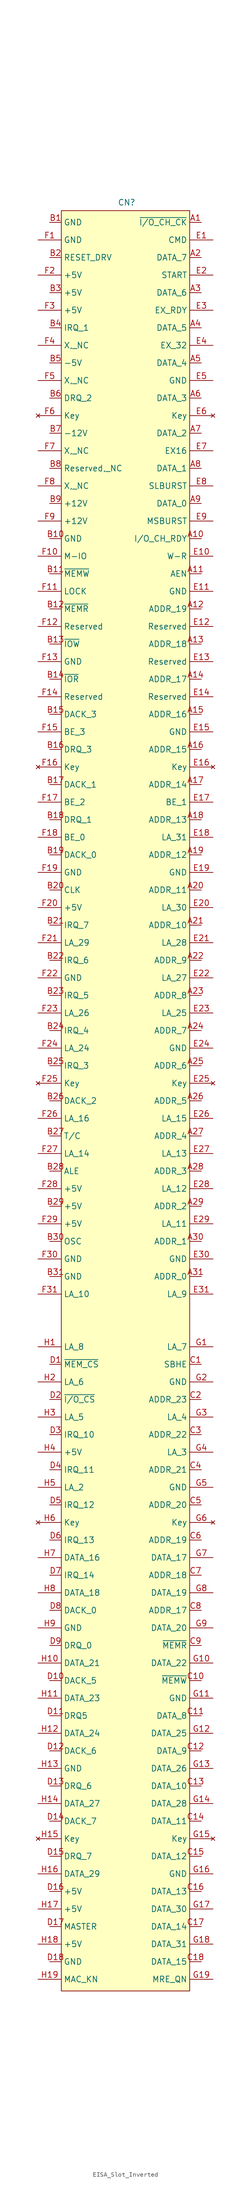
<source format=kicad_sym>
(kicad_symbol_lib
  (version 20231120)
  (generator "kicad_symbol_editor")
  (generator_version "8.0")
  (symbol "EISA_Slot_Inverted"
    (property "Reference" "CN"
      (at 14.224 1.778 0)
      (effects (font (size 1.27 1.27))))
    (property "Value" ""
      (at 15.24 0 0)
      (effects (font (size 1.27 1.27))))
    (symbol "EISA_Slot_Inverted_1_1"
      (rectangle (start 0 0) (end 27.94 -386.08) (stroke (width 0) (type default)) (fill (type background)))
      (pin bidirectional line (at 30.48 -2.54 180) (length 2.54) (name "~{I/O_CH_CK}" (effects (font (size 1.27 1.27)))) (number "A1" (effects (font (size 1.27 1.27)))))
      (pin bidirectional line (at 30.48 -71.12 180) (length 2.54) (name "I/O_CH_RDY" (effects (font (size 1.27 1.27)))) (number "A10" (effects (font (size 1.27 1.27)))))
      (pin bidirectional line (at 30.48 -78.74 180) (length 2.54) (name "AEN" (effects (font (size 1.27 1.27)))) (number "A11" (effects (font (size 1.27 1.27)))))
      (pin bidirectional line (at 30.48 -86.36 180) (length 2.54) (name "ADDR_19" (effects (font (size 1.27 1.27)))) (number "A12" (effects (font (size 1.27 1.27)))))
      (pin bidirectional line (at 30.48 -93.98 180) (length 2.54) (name "ADDR_18" (effects (font (size 1.27 1.27)))) (number "A13" (effects (font (size 1.27 1.27)))))
      (pin bidirectional line (at 30.48 -101.6 180) (length 2.54) (name "ADDR_17" (effects (font (size 1.27 1.27)))) (number "A14" (effects (font (size 1.27 1.27)))))
      (pin bidirectional line (at 30.48 -109.22 180) (length 2.54) (name "ADDR_16" (effects (font (size 1.27 1.27)))) (number "A15" (effects (font (size 1.27 1.27)))))
      (pin bidirectional line (at 30.48 -116.84 180) (length 2.54) (name "ADDR_15" (effects (font (size 1.27 1.27)))) (number "A16" (effects (font (size 1.27 1.27)))))
      (pin bidirectional line (at 30.48 -124.46 180) (length 2.54) (name "ADDR_14" (effects (font (size 1.27 1.27)))) (number "A17" (effects (font (size 1.27 1.27)))))
      (pin bidirectional line (at 30.48 -132.08 180) (length 2.54) (name "ADDR_13" (effects (font (size 1.27 1.27)))) (number "A18" (effects (font (size 1.27 1.27)))))
      (pin bidirectional line (at 30.48 -139.7 180) (length 2.54) (name "ADDR_12" (effects (font (size 1.27 1.27)))) (number "A19" (effects (font (size 1.27 1.27)))))
      (pin bidirectional line (at 30.48 -10.16 180) (length 2.54) (name "DATA_7" (effects (font (size 1.27 1.27)))) (number "A2" (effects (font (size 1.27 1.27)))))
      (pin bidirectional line (at 30.48 -147.32 180) (length 2.54) (name "ADDR_11" (effects (font (size 1.27 1.27)))) (number "A20" (effects (font (size 1.27 1.27)))))
      (pin bidirectional line (at 30.48 -154.94 180) (length 2.54) (name "ADDR_10" (effects (font (size 1.27 1.27)))) (number "A21" (effects (font (size 1.27 1.27)))))
      (pin bidirectional line (at 30.48 -162.56 180) (length 2.54) (name "ADDR_9" (effects (font (size 1.27 1.27)))) (number "A22" (effects (font (size 1.27 1.27)))))
      (pin bidirectional line (at 30.48 -170.18 180) (length 2.54) (name "ADDR_8" (effects (font (size 1.27 1.27)))) (number "A23" (effects (font (size 1.27 1.27)))))
      (pin bidirectional line (at 30.48 -177.8 180) (length 2.54) (name "ADDR_7" (effects (font (size 1.27 1.27)))) (number "A24" (effects (font (size 1.27 1.27)))))
      (pin bidirectional line (at 30.48 -185.42 180) (length 2.54) (name "ADDR_6" (effects (font (size 1.27 1.27)))) (number "A25" (effects (font (size 1.27 1.27)))))
      (pin bidirectional line (at 30.48 -193.04 180) (length 2.54) (name "ADDR_5" (effects (font (size 1.27 1.27)))) (number "A26" (effects (font (size 1.27 1.27)))))
      (pin bidirectional line (at 30.48 -200.66 180) (length 2.54) (name "ADDR_4" (effects (font (size 1.27 1.27)))) (number "A27" (effects (font (size 1.27 1.27)))))
      (pin bidirectional line (at 30.48 -208.28 180) (length 2.54) (name "ADDR_3" (effects (font (size 1.27 1.27)))) (number "A28" (effects (font (size 1.27 1.27)))))
      (pin bidirectional line (at 30.48 -215.9 180) (length 2.54) (name "ADDR_2" (effects (font (size 1.27 1.27)))) (number "A29" (effects (font (size 1.27 1.27)))))
      (pin bidirectional line (at 30.48 -17.78 180) (length 2.54) (name "DATA_6" (effects (font (size 1.27 1.27)))) (number "A3" (effects (font (size 1.27 1.27)))))
      (pin bidirectional line (at 30.48 -223.52 180) (length 2.54) (name "ADDR_1" (effects (font (size 1.27 1.27)))) (number "A30" (effects (font (size 1.27 1.27)))))
      (pin bidirectional line (at 30.48 -231.14 180) (length 2.54) (name "ADDR_0" (effects (font (size 1.27 1.27)))) (number "A31" (effects (font (size 1.27 1.27)))))
      (pin bidirectional line (at 30.48 -25.4 180) (length 2.54) (name "DATA_5" (effects (font (size 1.27 1.27)))) (number "A4" (effects (font (size 1.27 1.27)))))
      (pin bidirectional line (at 30.48 -33.02 180) (length 2.54) (name "DATA_4" (effects (font (size 1.27 1.27)))) (number "A5" (effects (font (size 1.27 1.27)))))
      (pin bidirectional line (at 30.48 -40.64 180) (length 2.54) (name "DATA_3" (effects (font (size 1.27 1.27)))) (number "A6" (effects (font (size 1.27 1.27)))))
      (pin bidirectional line (at 30.48 -48.26 180) (length 2.54) (name "DATA_2" (effects (font (size 1.27 1.27)))) (number "A7" (effects (font (size 1.27 1.27)))))
      (pin bidirectional line (at 30.48 -55.88 180) (length 2.54) (name "DATA_1" (effects (font (size 1.27 1.27)))) (number "A8" (effects (font (size 1.27 1.27)))))
      (pin bidirectional line (at 30.48 -63.5 180) (length 2.54) (name "DATA_0" (effects (font (size 1.27 1.27)))) (number "A9" (effects (font (size 1.27 1.27)))))
      (pin bidirectional line (at -2.54 -2.54 0) (length 2.54) (name "GND" (effects (font (size 1.27 1.27)))) (number "B1" (effects (font (size 1.27 1.27)))))
      (pin bidirectional line (at -2.54 -71.12 0) (length 2.54) (name "GND" (effects (font (size 1.27 1.27)))) (number "B10" (effects (font (size 1.27 1.27)))))
      (pin bidirectional line (at -2.54 -78.74 0) (length 2.54) (name "~{MEMW}" (effects (font (size 1.27 1.27)))) (number "B11" (effects (font (size 1.27 1.27)))))
      (pin bidirectional line (at -2.54 -86.36 0) (length 2.54) (name "~{MEMR}" (effects (font (size 1.27 1.27)))) (number "B12" (effects (font (size 1.27 1.27)))))
      (pin bidirectional line (at -2.54 -93.98 0) (length 2.54) (name "~{IOW}" (effects (font (size 1.27 1.27)))) (number "B13" (effects (font (size 1.27 1.27)))))
      (pin bidirectional line (at -2.54 -101.6 0) (length 2.54) (name "~{IOR}" (effects (font (size 1.27 1.27)))) (number "B14" (effects (font (size 1.27 1.27)))))
      (pin bidirectional line (at -2.54 -109.22 0) (length 2.54) (name "DACK_3" (effects (font (size 1.27 1.27)))) (number "B15" (effects (font (size 1.27 1.27)))))
      (pin bidirectional line (at -2.54 -116.84 0) (length 2.54) (name "DRQ_3" (effects (font (size 1.27 1.27)))) (number "B16" (effects (font (size 1.27 1.27)))))
      (pin bidirectional line (at -2.54 -124.46 0) (length 2.54) (name "DACK_1" (effects (font (size 1.27 1.27)))) (number "B17" (effects (font (size 1.27 1.27)))))
      (pin bidirectional line (at -2.54 -132.08 0) (length 2.54) (name "DRQ_1" (effects (font (size 1.27 1.27)))) (number "B18" (effects (font (size 1.27 1.27)))))
      (pin bidirectional line (at -2.54 -139.7 0) (length 2.54) (name "DACK_0" (effects (font (size 1.27 1.27)))) (number "B19" (effects (font (size 1.27 1.27)))))
      (pin bidirectional line (at -2.54 -10.16 0) (length 2.54) (name "RESET_DRV" (effects (font (size 1.27 1.27)))) (number "B2" (effects (font (size 1.27 1.27)))))
      (pin bidirectional line (at -2.54 -147.32 0) (length 2.54) (name "CLK" (effects (font (size 1.27 1.27)))) (number "B20" (effects (font (size 1.27 1.27)))))
      (pin bidirectional line (at -2.54 -154.94 0) (length 2.54) (name "IRQ_7" (effects (font (size 1.27 1.27)))) (number "B21" (effects (font (size 1.27 1.27)))))
      (pin bidirectional line (at -2.54 -162.56 0) (length 2.54) (name "IRQ_6" (effects (font (size 1.27 1.27)))) (number "B22" (effects (font (size 1.27 1.27)))))
      (pin bidirectional line (at -2.54 -170.18 0) (length 2.54) (name "IRQ_5" (effects (font (size 1.27 1.27)))) (number "B23" (effects (font (size 1.27 1.27)))))
      (pin bidirectional line (at -2.54 -177.8 0) (length 2.54) (name "IRQ_4" (effects (font (size 1.27 1.27)))) (number "B24" (effects (font (size 1.27 1.27)))))
      (pin bidirectional line (at -2.54 -185.42 0) (length 2.54) (name "IRQ_3" (effects (font (size 1.27 1.27)))) (number "B25" (effects (font (size 1.27 1.27)))))
      (pin bidirectional line (at -2.54 -193.04 0) (length 2.54) (name "DACK_2" (effects (font (size 1.27 1.27)))) (number "B26" (effects (font (size 1.27 1.27)))))
      (pin bidirectional line (at -2.54 -200.66 0) (length 2.54) (name "T/C" (effects (font (size 1.27 1.27)))) (number "B27" (effects (font (size 1.27 1.27)))))
      (pin bidirectional line (at -2.54 -208.28 0) (length 2.54) (name "ALE" (effects (font (size 1.27 1.27)))) (number "B28" (effects (font (size 1.27 1.27)))))
      (pin bidirectional line (at -2.54 -215.9 0) (length 2.54) (name "+5V" (effects (font (size 1.27 1.27)))) (number "B29" (effects (font (size 1.27 1.27)))))
      (pin bidirectional line (at -2.54 -17.78 0) (length 2.54) (name "+5V" (effects (font (size 1.27 1.27)))) (number "B3" (effects (font (size 1.27 1.27)))))
      (pin bidirectional line (at -2.54 -223.52 0) (length 2.54) (name "OSC" (effects (font (size 1.27 1.27)))) (number "B30" (effects (font (size 1.27 1.27)))))
      (pin bidirectional line (at -2.54 -231.14 0) (length 2.54) (name "GND" (effects (font (size 1.27 1.27)))) (number "B31" (effects (font (size 1.27 1.27)))))
      (pin bidirectional line (at -2.54 -25.4 0) (length 2.54) (name "IRQ_1" (effects (font (size 1.27 1.27)))) (number "B4" (effects (font (size 1.27 1.27)))))
      (pin bidirectional line (at -2.54 -33.02 0) (length 2.54) (name "-5V" (effects (font (size 1.27 1.27)))) (number "B5" (effects (font (size 1.27 1.27)))))
      (pin bidirectional line (at -2.54 -40.64 0) (length 2.54) (name "DRQ_2" (effects (font (size 1.27 1.27)))) (number "B6" (effects (font (size 1.27 1.27)))))
      (pin bidirectional line (at -2.54 -48.26 0) (length 2.54) (name "-12V" (effects (font (size 1.27 1.27)))) (number "B7" (effects (font (size 1.27 1.27)))))
      (pin bidirectional line (at -2.54 -55.88 0) (length 2.54) (name "Reserved,_NC" (effects (font (size 1.27 1.27)))) (number "B8" (effects (font (size 1.27 1.27)))))
      (pin bidirectional line (at -2.54 -63.5 0) (length 2.54) (name "+12V" (effects (font (size 1.27 1.27)))) (number "B9" (effects (font (size 1.27 1.27)))))
      (pin bidirectional line (at 30.48 -250.19 180) (length 2.54) (name "SBHE" (effects (font (size 1.27 1.27)))) (number "C1" (effects (font (size 1.27 1.27)))))
      (pin bidirectional line (at 30.48 -318.77 180) (length 2.54) (name "~{MEMW}" (effects (font (size 1.27 1.27)))) (number "C10" (effects (font (size 1.27 1.27)))))
      (pin bidirectional line (at 30.48 -326.39 180) (length 2.54) (name "DATA_8" (effects (font (size 1.27 1.27)))) (number "C11" (effects (font (size 1.27 1.27)))))
      (pin bidirectional line (at 30.48 -334.01 180) (length 2.54) (name "DATA_9" (effects (font (size 1.27 1.27)))) (number "C12" (effects (font (size 1.27 1.27)))))
      (pin bidirectional line (at 30.48 -341.63 180) (length 2.54) (name "DATA_10" (effects (font (size 1.27 1.27)))) (number "C13" (effects (font (size 1.27 1.27)))))
      (pin bidirectional line (at 30.48 -349.25 180) (length 2.54) (name "DATA_11" (effects (font (size 1.27 1.27)))) (number "C14" (effects (font (size 1.27 1.27)))))
      (pin bidirectional line (at 30.48 -356.87 180) (length 2.54) (name "DATA_12" (effects (font (size 1.27 1.27)))) (number "C15" (effects (font (size 1.27 1.27)))))
      (pin bidirectional line (at 30.48 -364.49 180) (length 2.54) (name "DATA_13" (effects (font (size 1.27 1.27)))) (number "C16" (effects (font (size 1.27 1.27)))))
      (pin bidirectional line (at 30.48 -372.11 180) (length 2.54) (name "DATA_14" (effects (font (size 1.27 1.27)))) (number "C17" (effects (font (size 1.27 1.27)))))
      (pin bidirectional line (at 30.48 -379.73 180) (length 2.54) (name "DATA_15" (effects (font (size 1.27 1.27)))) (number "C18" (effects (font (size 1.27 1.27)))))
      (pin bidirectional line (at 30.48 -257.81 180) (length 2.54) (name "ADDR_23" (effects (font (size 1.27 1.27)))) (number "C2" (effects (font (size 1.27 1.27)))))
      (pin bidirectional line (at 30.48 -265.43 180) (length 2.54) (name "ADDR_22" (effects (font (size 1.27 1.27)))) (number "C3" (effects (font (size 1.27 1.27)))))
      (pin bidirectional line (at 30.48 -273.05 180) (length 2.54) (name "ADDR_21" (effects (font (size 1.27 1.27)))) (number "C4" (effects (font (size 1.27 1.27)))))
      (pin bidirectional line (at 30.48 -280.67 180) (length 2.54) (name "ADDR_20" (effects (font (size 1.27 1.27)))) (number "C5" (effects (font (size 1.27 1.27)))))
      (pin bidirectional line (at 30.48 -288.29 180) (length 2.54) (name "ADDR_19" (effects (font (size 1.27 1.27)))) (number "C6" (effects (font (size 1.27 1.27)))))
      (pin bidirectional line (at 30.48 -295.91 180) (length 2.54) (name "ADDR_18" (effects (font (size 1.27 1.27)))) (number "C7" (effects (font (size 1.27 1.27)))))
      (pin bidirectional line (at 30.48 -303.53 180) (length 2.54) (name "ADDR_17" (effects (font (size 1.27 1.27)))) (number "C8" (effects (font (size 1.27 1.27)))))
      (pin bidirectional line (at 30.48 -311.15 180) (length 2.54) (name "~{MEMR}" (effects (font (size 1.27 1.27)))) (number "C9" (effects (font (size 1.27 1.27)))))
      (pin bidirectional line (at -2.54 -250.19 0) (length 2.54) (name "~{MEM_CS}" (effects (font (size 1.27 1.27)))) (number "D1" (effects (font (size 1.27 1.27)))))
      (pin bidirectional line (at -2.54 -318.77 0) (length 2.54) (name "DACK_5" (effects (font (size 1.27 1.27)))) (number "D10" (effects (font (size 1.27 1.27)))))
      (pin bidirectional line (at -2.54 -326.39 0) (length 2.54) (name "DRQ5" (effects (font (size 1.27 1.27)))) (number "D11" (effects (font (size 1.27 1.27)))))
      (pin bidirectional line (at -2.54 -334.01 0) (length 2.54) (name "DACK_6" (effects (font (size 1.27 1.27)))) (number "D12" (effects (font (size 1.27 1.27)))))
      (pin bidirectional line (at -2.54 -341.63 0) (length 2.54) (name "DRQ_6" (effects (font (size 1.27 1.27)))) (number "D13" (effects (font (size 1.27 1.27)))))
      (pin bidirectional line (at -2.54 -349.25 0) (length 2.54) (name "DACK_7" (effects (font (size 1.27 1.27)))) (number "D14" (effects (font (size 1.27 1.27)))))
      (pin bidirectional line (at -2.54 -356.87 0) (length 2.54) (name "DRQ_7" (effects (font (size 1.27 1.27)))) (number "D15" (effects (font (size 1.27 1.27)))))
      (pin bidirectional line (at -2.54 -364.49 0) (length 2.54) (name "+5V" (effects (font (size 1.27 1.27)))) (number "D16" (effects (font (size 1.27 1.27)))))
      (pin bidirectional line (at -2.54 -372.11 0) (length 2.54) (name "MASTER" (effects (font (size 1.27 1.27)))) (number "D17" (effects (font (size 1.27 1.27)))))
      (pin bidirectional line (at -2.54 -379.73 0) (length 2.54) (name "GND" (effects (font (size 1.27 1.27)))) (number "D18" (effects (font (size 1.27 1.27)))))
      (pin bidirectional line (at -2.54 -257.81 0) (length 2.54) (name "~{I/O_CS}" (effects (font (size 1.27 1.27)))) (number "D2" (effects (font (size 1.27 1.27)))))
      (pin bidirectional line (at -2.54 -265.43 0) (length 2.54) (name "IRQ_10" (effects (font (size 1.27 1.27)))) (number "D3" (effects (font (size 1.27 1.27)))))
      (pin bidirectional line (at -2.54 -273.05 0) (length 2.54) (name "IRQ_11" (effects (font (size 1.27 1.27)))) (number "D4" (effects (font (size 1.27 1.27)))))
      (pin bidirectional line (at -2.54 -280.67 0) (length 2.54) (name "IRQ_12" (effects (font (size 1.27 1.27)))) (number "D5" (effects (font (size 1.27 1.27)))))
      (pin bidirectional line (at -2.54 -288.29 0) (length 2.54) (name "IRQ_13" (effects (font (size 1.27 1.27)))) (number "D6" (effects (font (size 1.27 1.27)))))
      (pin bidirectional line (at -2.54 -295.91 0) (length 2.54) (name "IRQ_14" (effects (font (size 1.27 1.27)))) (number "D7" (effects (font (size 1.27 1.27)))))
      (pin bidirectional line (at -2.54 -303.53 0) (length 2.54) (name "DACK_0" (effects (font (size 1.27 1.27)))) (number "D8" (effects (font (size 1.27 1.27)))))
      (pin bidirectional line (at -2.54 -311.15 0) (length 2.54) (name "DRQ_0" (effects (font (size 1.27 1.27)))) (number "D9" (effects (font (size 1.27 1.27)))))
      (pin bidirectional line (at 33.02 -6.35 180) (length 5.08) (name "CMD" (effects (font (size 1.27 1.27)))) (number "E1" (effects (font (size 1.27 1.27)))))
      (pin bidirectional line (at 33.02 -74.93 180) (length 5.08) (name "W-R" (effects (font (size 1.27 1.27)))) (number "E10" (effects (font (size 1.27 1.27)))))
      (pin bidirectional line (at 33.02 -82.55 180) (length 5.08) (name "GND" (effects (font (size 1.27 1.27)))) (number "E11" (effects (font (size 1.27 1.27)))))
      (pin bidirectional line (at 33.02 -90.17 180) (length 5.08) (name "Reserved" (effects (font (size 1.27 1.27)))) (number "E12" (effects (font (size 1.27 1.27)))))
      (pin bidirectional line (at 33.02 -97.79 180) (length 5.08) (name "Reserved" (effects (font (size 1.27 1.27)))) (number "E13" (effects (font (size 1.27 1.27)))))
      (pin bidirectional line (at 33.02 -105.41 180) (length 5.08) (name "Reserved" (effects (font (size 1.27 1.27)))) (number "E14" (effects (font (size 1.27 1.27)))))
      (pin bidirectional line (at 33.02 -113.03 180) (length 5.08) (name "GND" (effects (font (size 1.27 1.27)))) (number "E15" (effects (font (size 1.27 1.27)))))
      (pin no_connect line (at 33.02 -120.65 180) (length 5.08) (name "Key" (effects (font (size 1.27 1.27)))) (number "E16" (effects (font (size 1.27 1.27)))))
      (pin bidirectional line (at 33.02 -128.27 180) (length 5.08) (name "BE_1" (effects (font (size 1.27 1.27)))) (number "E17" (effects (font (size 1.27 1.27)))))
      (pin bidirectional line (at 33.02 -135.89 180) (length 5.08) (name "LA_31" (effects (font (size 1.27 1.27)))) (number "E18" (effects (font (size 1.27 1.27)))))
      (pin bidirectional line (at 33.02 -143.51 180) (length 5.08) (name "GND" (effects (font (size 1.27 1.27)))) (number "E19" (effects (font (size 1.27 1.27)))))
      (pin bidirectional line (at 33.02 -13.97 180) (length 5.08) (name "START" (effects (font (size 1.27 1.27)))) (number "E2" (effects (font (size 1.27 1.27)))))
      (pin bidirectional line (at 33.02 -151.13 180) (length 5.08) (name "LA_30" (effects (font (size 1.27 1.27)))) (number "E20" (effects (font (size 1.27 1.27)))))
      (pin bidirectional line (at 33.02 -158.75 180) (length 5.08) (name "LA_28" (effects (font (size 1.27 1.27)))) (number "E21" (effects (font (size 1.27 1.27)))))
      (pin bidirectional line (at 33.02 -166.37 180) (length 5.08) (name "LA_27" (effects (font (size 1.27 1.27)))) (number "E22" (effects (font (size 1.27 1.27)))))
      (pin bidirectional line (at 33.02 -173.99 180) (length 5.08) (name "LA_25" (effects (font (size 1.27 1.27)))) (number "E23" (effects (font (size 1.27 1.27)))))
      (pin bidirectional line (at 33.02 -181.61 180) (length 5.08) (name "GND" (effects (font (size 1.27 1.27)))) (number "E24" (effects (font (size 1.27 1.27)))))
      (pin no_connect line (at 33.02 -189.23 180) (length 5.08) (name "Key" (effects (font (size 1.27 1.27)))) (number "E25" (effects (font (size 1.27 1.27)))))
      (pin bidirectional line (at 33.02 -196.85 180) (length 5.08) (name "LA_15" (effects (font (size 1.27 1.27)))) (number "E26" (effects (font (size 1.27 1.27)))))
      (pin bidirectional line (at 33.02 -204.47 180) (length 5.08) (name "LA_13" (effects (font (size 1.27 1.27)))) (number "E27" (effects (font (size 1.27 1.27)))))
      (pin bidirectional line (at 33.02 -212.09 180) (length 5.08) (name "LA_12" (effects (font (size 1.27 1.27)))) (number "E28" (effects (font (size 1.27 1.27)))))
      (pin bidirectional line (at 33.02 -219.71 180) (length 5.08) (name "LA_11" (effects (font (size 1.27 1.27)))) (number "E29" (effects (font (size 1.27 1.27)))))
      (pin bidirectional line (at 33.02 -21.59 180) (length 5.08) (name "EX_RDY" (effects (font (size 1.27 1.27)))) (number "E3" (effects (font (size 1.27 1.27)))))
      (pin bidirectional line (at 33.02 -227.33 180) (length 5.08) (name "GND" (effects (font (size 1.27 1.27)))) (number "E30" (effects (font (size 1.27 1.27)))))
      (pin bidirectional line (at 33.02 -234.95 180) (length 5.08) (name "LA_9" (effects (font (size 1.27 1.27)))) (number "E31" (effects (font (size 1.27 1.27)))))
      (pin bidirectional line (at 33.02 -29.21 180) (length 5.08) (name "EX_32" (effects (font (size 1.27 1.27)))) (number "E4" (effects (font (size 1.27 1.27)))))
      (pin bidirectional line (at 33.02 -36.83 180) (length 5.08) (name "GND" (effects (font (size 1.27 1.27)))) (number "E5" (effects (font (size 1.27 1.27)))))
      (pin no_connect line (at 33.02 -44.45 180) (length 5.08) (name "Key" (effects (font (size 1.27 1.27)))) (number "E6" (effects (font (size 1.27 1.27)))))
      (pin bidirectional line (at 33.02 -52.07 180) (length 5.08) (name "EX16" (effects (font (size 1.27 1.27)))) (number "E7" (effects (font (size 1.27 1.27)))))
      (pin bidirectional line (at 33.02 -59.69 180) (length 5.08) (name "SLBURST" (effects (font (size 1.27 1.27)))) (number "E8" (effects (font (size 1.27 1.27)))))
      (pin bidirectional line (at 33.02 -67.31 180) (length 5.08) (name "MSBURST" (effects (font (size 1.27 1.27)))) (number "E9" (effects (font (size 1.27 1.27)))))
      (pin bidirectional line (at -5.08 -6.35 0) (length 5.08) (name "GND" (effects (font (size 1.27 1.27)))) (number "F1" (effects (font (size 1.27 1.27)))))
      (pin bidirectional line (at -5.08 -74.93 0) (length 5.08) (name "M-IO" (effects (font (size 1.27 1.27)))) (number "F10" (effects (font (size 1.27 1.27)))))
      (pin bidirectional line (at -5.08 -82.55 0) (length 5.08) (name "LOCK" (effects (font (size 1.27 1.27)))) (number "F11" (effects (font (size 1.27 1.27)))))
      (pin bidirectional line (at -5.08 -90.17 0) (length 5.08) (name "Reserved" (effects (font (size 1.27 1.27)))) (number "F12" (effects (font (size 1.27 1.27)))))
      (pin bidirectional line (at -5.08 -97.79 0) (length 5.08) (name "GND" (effects (font (size 1.27 1.27)))) (number "F13" (effects (font (size 1.27 1.27)))))
      (pin bidirectional line (at -5.08 -105.41 0) (length 5.08) (name "Reserved" (effects (font (size 1.27 1.27)))) (number "F14" (effects (font (size 1.27 1.27)))))
      (pin bidirectional line (at -5.08 -113.03 0) (length 5.08) (name "BE_3" (effects (font (size 1.27 1.27)))) (number "F15" (effects (font (size 1.27 1.27)))))
      (pin no_connect line (at -5.08 -120.65 0) (length 5.08) (name "Key" (effects (font (size 1.27 1.27)))) (number "F16" (effects (font (size 1.27 1.27)))))
      (pin bidirectional line (at -5.08 -128.27 0) (length 5.08) (name "BE_2" (effects (font (size 1.27 1.27)))) (number "F17" (effects (font (size 1.27 1.27)))))
      (pin bidirectional line (at -5.08 -135.89 0) (length 5.08) (name "BE_0" (effects (font (size 1.27 1.27)))) (number "F18" (effects (font (size 1.27 1.27)))))
      (pin bidirectional line (at -5.08 -143.51 0) (length 5.08) (name "GND" (effects (font (size 1.27 1.27)))) (number "F19" (effects (font (size 1.27 1.27)))))
      (pin bidirectional line (at -5.08 -13.97 0) (length 5.08) (name "+5V" (effects (font (size 1.27 1.27)))) (number "F2" (effects (font (size 1.27 1.27)))))
      (pin bidirectional line (at -5.08 -151.13 0) (length 5.08) (name "+5V" (effects (font (size 1.27 1.27)))) (number "F20" (effects (font (size 1.27 1.27)))))
      (pin bidirectional line (at -5.08 -158.75 0) (length 5.08) (name "LA_29" (effects (font (size 1.27 1.27)))) (number "F21" (effects (font (size 1.27 1.27)))))
      (pin bidirectional line (at -5.08 -166.37 0) (length 5.08) (name "GND" (effects (font (size 1.27 1.27)))) (number "F22" (effects (font (size 1.27 1.27)))))
      (pin bidirectional line (at -5.08 -173.99 0) (length 5.08) (name "LA_26" (effects (font (size 1.27 1.27)))) (number "F23" (effects (font (size 1.27 1.27)))))
      (pin bidirectional line (at -5.08 -181.61 0) (length 5.08) (name "LA_24" (effects (font (size 1.27 1.27)))) (number "F24" (effects (font (size 1.27 1.27)))))
      (pin no_connect line (at -5.08 -189.23 0) (length 5.08) (name "Key" (effects (font (size 1.27 1.27)))) (number "F25" (effects (font (size 1.27 1.27)))))
      (pin bidirectional line (at -5.08 -196.85 0) (length 5.08) (name "LA_16" (effects (font (size 1.27 1.27)))) (number "F26" (effects (font (size 1.27 1.27)))))
      (pin bidirectional line (at -5.08 -204.47 0) (length 5.08) (name "LA_14" (effects (font (size 1.27 1.27)))) (number "F27" (effects (font (size 1.27 1.27)))))
      (pin bidirectional line (at -5.08 -212.09 0) (length 5.08) (name "+5V" (effects (font (size 1.27 1.27)))) (number "F28" (effects (font (size 1.27 1.27)))))
      (pin bidirectional line (at -5.08 -219.71 0) (length 5.08) (name "+5V" (effects (font (size 1.27 1.27)))) (number "F29" (effects (font (size 1.27 1.27)))))
      (pin bidirectional line (at -5.08 -21.59 0) (length 5.08) (name "+5V" (effects (font (size 1.27 1.27)))) (number "F3" (effects (font (size 1.27 1.27)))))
      (pin bidirectional line (at -5.08 -227.33 0) (length 5.08) (name "GND" (effects (font (size 1.27 1.27)))) (number "F30" (effects (font (size 1.27 1.27)))))
      (pin bidirectional line (at -5.08 -234.95 0) (length 5.08) (name "LA_10" (effects (font (size 1.27 1.27)))) (number "F31" (effects (font (size 1.27 1.27)))))
      (pin bidirectional line (at -5.08 -29.21 0) (length 5.08) (name "X,_NC" (effects (font (size 1.27 1.27)))) (number "F4" (effects (font (size 1.27 1.27)))))
      (pin bidirectional line (at -5.08 -36.83 0) (length 5.08) (name "X,_NC" (effects (font (size 1.27 1.27)))) (number "F5" (effects (font (size 1.27 1.27)))))
      (pin no_connect line (at -5.08 -44.45 0) (length 5.08) (name "Key" (effects (font (size 1.27 1.27)))) (number "F6" (effects (font (size 1.27 1.27)))))
      (pin bidirectional line (at -5.08 -52.07 0) (length 5.08) (name "X,_NC" (effects (font (size 1.27 1.27)))) (number "F7" (effects (font (size 1.27 1.27)))))
      (pin bidirectional line (at -5.08 -59.69 0) (length 5.08) (name "X,_NC" (effects (font (size 1.27 1.27)))) (number "F8" (effects (font (size 1.27 1.27)))))
      (pin bidirectional line (at -5.08 -67.31 0) (length 5.08) (name "+12V" (effects (font (size 1.27 1.27)))) (number "F9" (effects (font (size 1.27 1.27)))))
      (pin bidirectional line (at 33.02 -246.38 180) (length 5.08) (name "LA_7" (effects (font (size 1.27 1.27)))) (number "G1" (effects (font (size 1.27 1.27)))))
      (pin bidirectional line (at 33.02 -314.96 180) (length 5.08) (name "DATA_22" (effects (font (size 1.27 1.27)))) (number "G10" (effects (font (size 1.27 1.27)))))
      (pin bidirectional line (at 33.02 -322.58 180) (length 5.08) (name "GND" (effects (font (size 1.27 1.27)))) (number "G11" (effects (font (size 1.27 1.27)))))
      (pin bidirectional line (at 33.02 -330.2 180) (length 5.08) (name "DATA_25" (effects (font (size 1.27 1.27)))) (number "G12" (effects (font (size 1.27 1.27)))))
      (pin bidirectional line (at 33.02 -337.82 180) (length 5.08) (name "DATA_26" (effects (font (size 1.27 1.27)))) (number "G13" (effects (font (size 1.27 1.27)))))
      (pin bidirectional line (at 33.02 -345.44 180) (length 5.08) (name "DATA_28" (effects (font (size 1.27 1.27)))) (number "G14" (effects (font (size 1.27 1.27)))))
      (pin no_connect line (at 33.02 -353.06 180) (length 5.08) (name "Key" (effects (font (size 1.27 1.27)))) (number "G15" (effects (font (size 1.27 1.27)))))
      (pin bidirectional line (at 33.02 -360.68 180) (length 5.08) (name "GND" (effects (font (size 1.27 1.27)))) (number "G16" (effects (font (size 1.27 1.27)))))
      (pin bidirectional line (at 33.02 -368.3 180) (length 5.08) (name "DATA_30" (effects (font (size 1.27 1.27)))) (number "G17" (effects (font (size 1.27 1.27)))))
      (pin bidirectional line (at 33.02 -375.92 180) (length 5.08) (name "DATA_31" (effects (font (size 1.27 1.27)))) (number "G18" (effects (font (size 1.27 1.27)))))
      (pin bidirectional line (at 33.02 -383.54 180) (length 5.08) (name "MRE_QN" (effects (font (size 1.27 1.27)))) (number "G19" (effects (font (size 1.27 1.27)))))
      (pin bidirectional line (at 33.02 -254 180) (length 5.08) (name "GND" (effects (font (size 1.27 1.27)))) (number "G2" (effects (font (size 1.27 1.27)))))
      (pin bidirectional line (at 33.02 -261.62 180) (length 5.08) (name "LA_4" (effects (font (size 1.27 1.27)))) (number "G3" (effects (font (size 1.27 1.27)))))
      (pin bidirectional line (at 33.02 -269.24 180) (length 5.08) (name "LA_3" (effects (font (size 1.27 1.27)))) (number "G4" (effects (font (size 1.27 1.27)))))
      (pin bidirectional line (at 33.02 -276.86 180) (length 5.08) (name "GND" (effects (font (size 1.27 1.27)))) (number "G5" (effects (font (size 1.27 1.27)))))
      (pin no_connect line (at 33.02 -284.48 180) (length 5.08) (name "Key" (effects (font (size 1.27 1.27)))) (number "G6" (effects (font (size 1.27 1.27)))))
      (pin bidirectional line (at 33.02 -292.1 180) (length 5.08) (name "DATA_17" (effects (font (size 1.27 1.27)))) (number "G7" (effects (font (size 1.27 1.27)))))
      (pin bidirectional line (at 33.02 -299.72 180) (length 5.08) (name "DATA_19" (effects (font (size 1.27 1.27)))) (number "G8" (effects (font (size 1.27 1.27)))))
      (pin bidirectional line (at 33.02 -307.34 180) (length 5.08) (name "DATA_20" (effects (font (size 1.27 1.27)))) (number "G9" (effects (font (size 1.27 1.27)))))
      (pin bidirectional line (at -5.08 -246.38 0) (length 5.08) (name "LA_8" (effects (font (size 1.27 1.27)))) (number "H1" (effects (font (size 1.27 1.27)))))
      (pin bidirectional line (at -5.08 -314.96 0) (length 5.08) (name "DATA_21" (effects (font (size 1.27 1.27)))) (number "H10" (effects (font (size 1.27 1.27)))))
      (pin bidirectional line (at -5.08 -322.58 0) (length 5.08) (name "DATA_23" (effects (font (size 1.27 1.27)))) (number "H11" (effects (font (size 1.27 1.27)))))
      (pin bidirectional line (at -5.08 -330.2 0) (length 5.08) (name "DATA_24" (effects (font (size 1.27 1.27)))) (number "H12" (effects (font (size 1.27 1.27)))))
      (pin bidirectional line (at -5.08 -337.82 0) (length 5.08) (name "GND" (effects (font (size 1.27 1.27)))) (number "H13" (effects (font (size 1.27 1.27)))))
      (pin bidirectional line (at -5.08 -345.44 0) (length 5.08) (name "DATA_27" (effects (font (size 1.27 1.27)))) (number "H14" (effects (font (size 1.27 1.27)))))
      (pin no_connect line (at -5.08 -353.06 0) (length 5.08) (name "Key" (effects (font (size 1.27 1.27)))) (number "H15" (effects (font (size 1.27 1.27)))))
      (pin bidirectional line (at -5.08 -360.68 0) (length 5.08) (name "DATA_29" (effects (font (size 1.27 1.27)))) (number "H16" (effects (font (size 1.27 1.27)))))
      (pin bidirectional line (at -5.08 -368.3 0) (length 5.08) (name "+5V" (effects (font (size 1.27 1.27)))) (number "H17" (effects (font (size 1.27 1.27)))))
      (pin bidirectional line (at -5.08 -375.92 0) (length 5.08) (name "+5V" (effects (font (size 1.27 1.27)))) (number "H18" (effects (font (size 1.27 1.27)))))
      (pin bidirectional line (at -5.08 -383.54 0) (length 5.08) (name "MAC_KN" (effects (font (size 1.27 1.27)))) (number "H19" (effects (font (size 1.27 1.27)))))
      (pin bidirectional line (at -5.08 -254 0) (length 5.08) (name "LA_6" (effects (font (size 1.27 1.27)))) (number "H2" (effects (font (size 1.27 1.27)))))
      (pin bidirectional line (at -5.08 -261.62 0) (length 5.08) (name "LA_5" (effects (font (size 1.27 1.27)))) (number "H3" (effects (font (size 1.27 1.27)))))
      (pin bidirectional line (at -5.08 -269.24 0) (length 5.08) (name "+5V" (effects (font (size 1.27 1.27)))) (number "H4" (effects (font (size 1.27 1.27)))))
      (pin bidirectional line (at -5.08 -276.86 0) (length 5.08) (name "LA_2" (effects (font (size 1.27 1.27)))) (number "H5" (effects (font (size 1.27 1.27)))))
      (pin no_connect line (at -5.08 -284.48 0) (length 5.08) (name "Key" (effects (font (size 1.27 1.27)))) (number "H6" (effects (font (size 1.27 1.27)))))
      (pin bidirectional line (at -5.08 -292.1 0) (length 5.08) (name "DATA_16" (effects (font (size 1.27 1.27)))) (number "H7" (effects (font (size 1.27 1.27)))))
      (pin bidirectional line (at -5.08 -299.72 0) (length 5.08) (name "DATA_18" (effects (font (size 1.27 1.27)))) (number "H8" (effects (font (size 1.27 1.27)))))
      (pin bidirectional line (at -5.08 -307.34 0) (length 5.08) (name "GND" (effects (font (size 1.27 1.27)))) (number "H9" (effects (font (size 1.27 1.27))))))))
</source>
